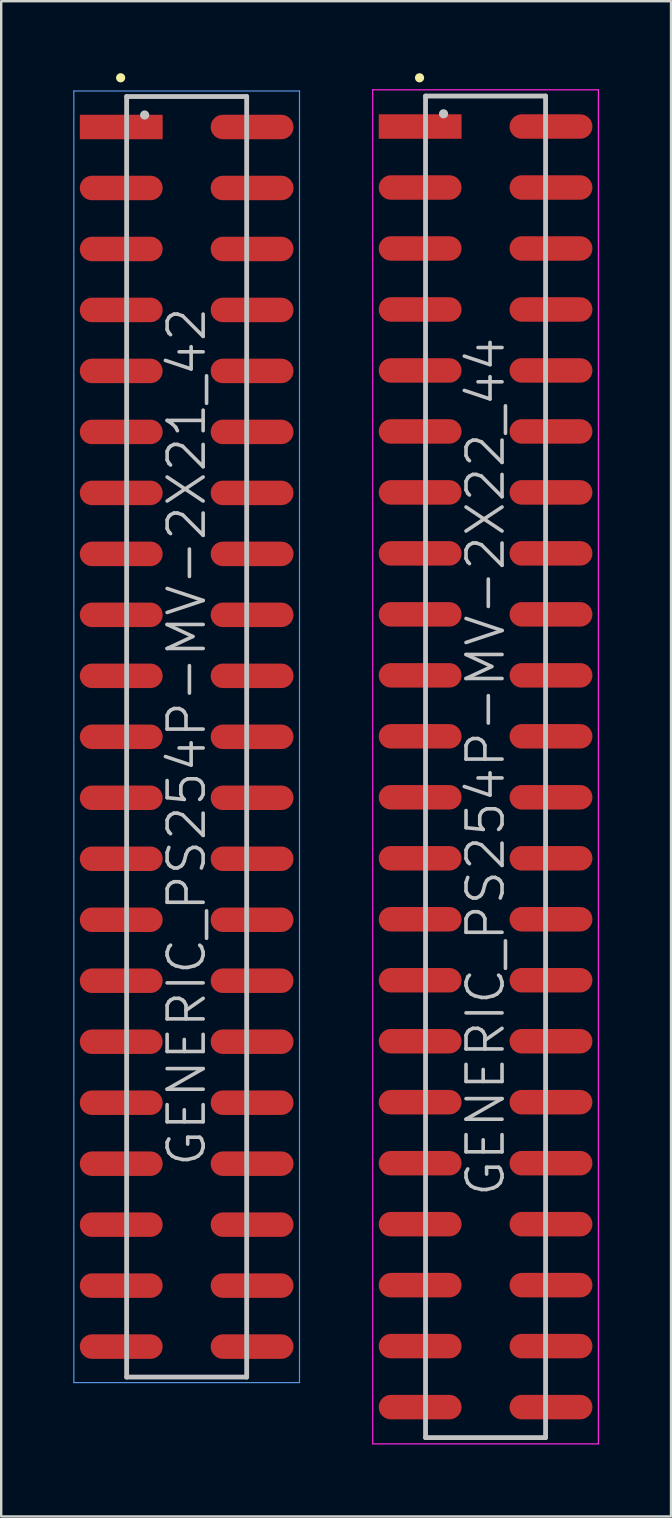
<source format=kicad_pcb>
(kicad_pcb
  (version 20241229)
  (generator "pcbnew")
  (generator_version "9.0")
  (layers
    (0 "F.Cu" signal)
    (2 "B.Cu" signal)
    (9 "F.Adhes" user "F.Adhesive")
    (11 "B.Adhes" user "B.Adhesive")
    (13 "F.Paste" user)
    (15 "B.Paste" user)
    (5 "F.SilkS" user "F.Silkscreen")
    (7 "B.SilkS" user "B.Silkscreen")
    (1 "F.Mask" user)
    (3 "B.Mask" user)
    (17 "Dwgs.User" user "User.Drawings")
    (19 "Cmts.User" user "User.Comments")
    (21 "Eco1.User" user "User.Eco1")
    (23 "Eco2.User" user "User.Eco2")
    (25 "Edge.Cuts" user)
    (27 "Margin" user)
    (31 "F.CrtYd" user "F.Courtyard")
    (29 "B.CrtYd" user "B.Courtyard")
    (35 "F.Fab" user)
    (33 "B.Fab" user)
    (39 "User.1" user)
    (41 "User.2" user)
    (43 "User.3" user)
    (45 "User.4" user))
  (footprint "GENERIC_PS254P-MV-2X21_42"
    (layer "F.Cu")
    (at 4.725 27.64)
    (property "Reference" "GENERIC_PS254P-MV-2X21_42" (at 0 0 90) (layer "Dwgs.User") (effects (font (size 1.5 1.5) (thickness 0.15))))
    (attr smd)
    (fp_line (start -2.75 -27.45) (end -2.75 -27.45) (stroke (width 0.381) (type solid)) (layer "F.SilkS"))
    (fp_line (start -2.5 -26.67) (end -2.5 26.67) (stroke (width 0.2) (type solid)) (layer "Dwgs.User"))
    (fp_line (start -2.5 -26.67) (end 2.5 -26.67) (stroke (width 0.2) (type solid)) (layer "Dwgs.User"))
    (fp_line (start -2.5 26.67) (end 2.5 26.67) (stroke (width 0.2) (type solid)) (layer "Dwgs.User"))
    (fp_line (start -1.75 -25.9) (end -1.75 -25.9) (stroke (width 0.381) (type solid)) (layer "Dwgs.User"))
    (fp_line (start 2.5 -26.67) (end 2.5 26.67) (stroke (width 0.2) (type solid)) (layer "Dwgs.User"))
    (fp_line (start -4.7 -26.9) (end -4.7 26.9) (stroke (width 0.05) (type solid)) (layer "Cmts.User"))
    (fp_line (start -4.7 -26.9) (end 4.7 -26.9) (stroke (width 0.05) (type solid)) (layer "Cmts.User"))
    (fp_line (start -4.7 26.9) (end 4.7 26.9) (stroke (width 0.05) (type solid)) (layer "Cmts.User"))
    (fp_line (start 4.7 -26.9) (end 4.7 26.9) (stroke (width 0.05) (type solid)) (layer "Cmts.User"))
    (pad "1" smd rect (at -2.725 -25.4 270) (size 1.02 3.45) (layers "F.Cu" "F.Mask" "F.Paste"))
    (pad "2" smd oval (at 2.725 -25.4 270) (size 1.02 3.45) (layers "F.Cu" "F.Mask" "F.Paste"))
    (pad "3" smd oval (at -2.725 -22.86 270) (size 1.02 3.45) (layers "F.Cu" "F.Mask" "F.Paste"))
    (pad "4" smd oval (at 2.725 -22.86 270) (size 1.02 3.45) (layers "F.Cu" "F.Mask" "F.Paste"))
    (pad "5" smd oval (at -2.725 -20.32 270) (size 1.02 3.45) (layers "F.Cu" "F.Mask" "F.Paste"))
    (pad "6" smd oval (at 2.725 -20.32 270) (size 1.02 3.45) (layers "F.Cu" "F.Mask" "F.Paste"))
    (pad "7" smd oval (at -2.725 -17.78 270) (size 1.02 3.45) (layers "F.Cu" "F.Mask" "F.Paste"))
    (pad "8" smd oval (at 2.725 -17.78 270) (size 1.02 3.45) (layers "F.Cu" "F.Mask" "F.Paste"))
    (pad "9" smd oval (at -2.725 -15.24 270) (size 1.02 3.45) (layers "F.Cu" "F.Mask" "F.Paste"))
    (pad "10" smd oval (at 2.725 -15.24 270) (size 1.02 3.45) (layers "F.Cu" "F.Mask" "F.Paste"))
    (pad "11" smd oval (at -2.725 -12.7 270) (size 1.02 3.45) (layers "F.Cu" "F.Mask" "F.Paste"))
    (pad "12" smd oval (at 2.725 -12.7 270) (size 1.02 3.45) (layers "F.Cu" "F.Mask" "F.Paste"))
    (pad "13" smd oval (at -2.725 -10.16 270) (size 1.02 3.45) (layers "F.Cu" "F.Mask" "F.Paste"))
    (pad "14" smd oval (at 2.725 -10.16 270) (size 1.02 3.45) (layers "F.Cu" "F.Mask" "F.Paste"))
    (pad "15" smd oval (at -2.725 -7.62 270) (size 1.02 3.45) (layers "F.Cu" "F.Mask" "F.Paste"))
    (pad "16" smd oval (at 2.725 -7.62 270) (size 1.02 3.45) (layers "F.Cu" "F.Mask" "F.Paste"))
    (pad "17" smd oval (at -2.725 -5.08 270) (size 1.02 3.45) (layers "F.Cu" "F.Mask" "F.Paste"))
    (pad "18" smd oval (at 2.725 -5.08 270) (size 1.02 3.45) (layers "F.Cu" "F.Mask" "F.Paste"))
    (pad "19" smd oval (at -2.725 -2.54 270) (size 1.02 3.45) (layers "F.Cu" "F.Mask" "F.Paste"))
    (pad "20" smd oval (at 2.725 -2.54 270) (size 1.02 3.45) (layers "F.Cu" "F.Mask" "F.Paste"))
    (pad "21" smd oval (at -2.725 0 270) (size 1.02 3.45) (layers "F.Cu" "F.Mask" "F.Paste"))
    (pad "22" smd oval (at 2.725 0 270) (size 1.02 3.45) (layers "F.Cu" "F.Mask" "F.Paste"))
    (pad "23" smd oval (at -2.725 2.54 270) (size 1.02 3.45) (layers "F.Cu" "F.Mask" "F.Paste"))
    (pad "24" smd oval (at 2.725 2.54 270) (size 1.02 3.45) (layers "F.Cu" "F.Mask" "F.Paste"))
    (pad "25" smd oval (at -2.725 5.08 270) (size 1.02 3.45) (layers "F.Cu" "F.Mask" "F.Paste"))
    (pad "26" smd oval (at 2.725 5.08 270) (size 1.02 3.45) (layers "F.Cu" "F.Mask" "F.Paste"))
    (pad "27" smd oval (at -2.725 7.62 270) (size 1.02 3.45) (layers "F.Cu" "F.Mask" "F.Paste"))
    (pad "28" smd oval (at 2.725 7.62 270) (size 1.02 3.45) (layers "F.Cu" "F.Mask" "F.Paste"))
    (pad "29" smd oval (at -2.725 10.16 270) (size 1.02 3.45) (layers "F.Cu" "F.Mask" "F.Paste"))
    (pad "30" smd oval (at 2.725 10.16 270) (size 1.02 3.45) (layers "F.Cu" "F.Mask" "F.Paste"))
    (pad "31" smd oval (at -2.725 12.7 270) (size 1.02 3.45) (layers "F.Cu" "F.Mask" "F.Paste"))
    (pad "32" smd oval (at 2.725 12.7 270) (size 1.02 3.45) (layers "F.Cu" "F.Mask" "F.Paste"))
    (pad "33" smd oval (at -2.725 15.24 270) (size 1.02 3.45) (layers "F.Cu" "F.Mask" "F.Paste"))
    (pad "34" smd oval (at 2.725 15.24 270) (size 1.02 3.45) (layers "F.Cu" "F.Mask" "F.Paste"))
    (pad "35" smd oval (at -2.725 17.78 270) (size 1.02 3.45) (layers "F.Cu" "F.Mask" "F.Paste"))
    (pad "36" smd oval (at 2.725 17.78 270) (size 1.02 3.45) (layers "F.Cu" "F.Mask" "F.Paste"))
    (pad "37" smd oval (at -2.725 20.32 270) (size 1.02 3.45) (layers "F.Cu" "F.Mask" "F.Paste"))
    (pad "38" smd oval (at 2.725 20.32 270) (size 1.02 3.45) (layers "F.Cu" "F.Mask" "F.Paste"))
    (pad "39" smd oval (at -2.725 22.86 270) (size 1.02 3.45) (layers "F.Cu" "F.Mask" "F.Paste"))
    (pad "40" smd oval (at 2.725 22.86 270) (size 1.02 3.45) (layers "F.Cu" "F.Mask" "F.Paste"))
    (pad "41" smd oval (at -2.725 25.4 270) (size 1.02 3.45) (layers "F.Cu" "F.Mask" "F.Paste"))
    (pad "42" smd oval (at 2.725 25.4 270) (size 1.02 3.45) (layers "F.Cu" "F.Mask" "F.Paste")))
  (footprint "GENERIC_PS254P-MV-2X22_44"
    (layer "F.Cu")
    (at 17.175 28.89)
    (property "Reference" "GENERIC_PS254P-MV-2X22_44" (at 0 0 90) (layer "Dwgs.User") (effects (font (size 1.5 1.5) (thickness 0.15))))
    (attr smd)
    (fp_line (start -2.75 -28.7) (end -2.75 -28.7) (stroke (width 0.381) (type solid)) (layer "F.SilkS"))
    (fp_line (start -2.5 -27.94) (end -2.5 27.94) (stroke (width 0.2) (type solid)) (layer "Dwgs.User"))
    (fp_line (start -2.5 -27.94) (end 2.5 -27.94) (stroke (width 0.2) (type solid)) (layer "Dwgs.User"))
    (fp_line (start -2.5 27.94) (end 2.5 27.94) (stroke (width 0.2) (type solid)) (layer "Dwgs.User"))
    (fp_line (start -1.75 -27.2) (end -1.75 -27.2) (stroke (width 0.381) (type solid)) (layer "Dwgs.User"))
    (fp_line (start 2.5 -27.94) (end 2.5 27.94) (stroke (width 0.2) (type solid)) (layer "Dwgs.User"))
    (fp_line (start -4.7 -28.2) (end -4.7 28.2) (stroke (width 0.05) (type solid)) (layer "F.CrtYd"))
    (fp_line (start -4.7 -28.2) (end 4.7 -28.2) (stroke (width 0.05) (type solid)) (layer "F.CrtYd"))
    (fp_line (start -4.7 28.2) (end 4.7 28.2) (stroke (width 0.05) (type solid)) (layer "F.CrtYd"))
    (fp_line (start 4.7 -28.2) (end 4.7 28.2) (stroke (width 0.05) (type solid)) (layer "F.CrtYd"))
    (pad "1" smd rect (at -2.725 -26.67 270) (size 1.02 3.45) (layers "F.Cu" "F.Mask" "F.Paste"))
    (pad "2" smd oval (at 2.725 -26.67 270) (size 1.02 3.45) (layers "F.Cu" "F.Mask" "F.Paste"))
    (pad "3" smd oval (at -2.725 -24.13 270) (size 1.02 3.45) (layers "F.Cu" "F.Mask" "F.Paste"))
    (pad "4" smd oval (at 2.725 -24.13 270) (size 1.02 3.45) (layers "F.Cu" "F.Mask" "F.Paste"))
    (pad "5" smd oval (at -2.725 -21.59 270) (size 1.02 3.45) (layers "F.Cu" "F.Mask" "F.Paste"))
    (pad "6" smd oval (at 2.725 -21.59 270) (size 1.02 3.45) (layers "F.Cu" "F.Mask" "F.Paste"))
    (pad "7" smd oval (at -2.725 -19.05 270) (size 1.02 3.45) (layers "F.Cu" "F.Mask" "F.Paste"))
    (pad "8" smd oval (at 2.725 -19.05 270) (size 1.02 3.45) (layers "F.Cu" "F.Mask" "F.Paste"))
    (pad "9" smd oval (at -2.725 -16.51 270) (size 1.02 3.45) (layers "F.Cu" "F.Mask" "F.Paste"))
    (pad "10" smd oval (at 2.725 -16.51 270) (size 1.02 3.45) (layers "F.Cu" "F.Mask" "F.Paste"))
    (pad "11" smd oval (at -2.725 -13.97 270) (size 1.02 3.45) (layers "F.Cu" "F.Mask" "F.Paste"))
    (pad "12" smd oval (at 2.725 -13.97 270) (size 1.02 3.45) (layers "F.Cu" "F.Mask" "F.Paste"))
    (pad "13" smd oval (at -2.725 -11.43 270) (size 1.02 3.45) (layers "F.Cu" "F.Mask" "F.Paste"))
    (pad "14" smd oval (at 2.725 -11.43 270) (size 1.02 3.45) (layers "F.Cu" "F.Mask" "F.Paste"))
    (pad "15" smd oval (at -2.725 -8.89 270) (size 1.02 3.45) (layers "F.Cu" "F.Mask" "F.Paste"))
    (pad "16" smd oval (at 2.725 -8.89 270) (size 1.02 3.45) (layers "F.Cu" "F.Mask" "F.Paste"))
    (pad "17" smd oval (at -2.725 -6.35 270) (size 1.02 3.45) (layers "F.Cu" "F.Mask" "F.Paste"))
    (pad "18" smd oval (at 2.725 -6.35 270) (size 1.02 3.45) (layers "F.Cu" "F.Mask" "F.Paste"))
    (pad "19" smd oval (at -2.725 -3.81 270) (size 1.02 3.45) (layers "F.Cu" "F.Mask" "F.Paste"))
    (pad "20" smd oval (at 2.725 -3.81 270) (size 1.02 3.45) (layers "F.Cu" "F.Mask" "F.Paste"))
    (pad "21" smd oval (at -2.725 -1.27 270) (size 1.02 3.45) (layers "F.Cu" "F.Mask" "F.Paste"))
    (pad "22" smd oval (at 2.725 -1.27 270) (size 1.02 3.45) (layers "F.Cu" "F.Mask" "F.Paste"))
    (pad "23" smd oval (at -2.725 1.27 270) (size 1.02 3.45) (layers "F.Cu" "F.Mask" "F.Paste"))
    (pad "24" smd oval (at 2.725 1.27 270) (size 1.02 3.45) (layers "F.Cu" "F.Mask" "F.Paste"))
    (pad "25" smd oval (at -2.725 3.81 270) (size 1.02 3.45) (layers "F.Cu" "F.Mask" "F.Paste"))
    (pad "26" smd oval (at 2.725 3.81 270) (size 1.02 3.45) (layers "F.Cu" "F.Mask" "F.Paste"))
    (pad "27" smd oval (at -2.725 6.35 270) (size 1.02 3.45) (layers "F.Cu" "F.Mask" "F.Paste"))
    (pad "28" smd oval (at 2.725 6.35 270) (size 1.02 3.45) (layers "F.Cu" "F.Mask" "F.Paste"))
    (pad "29" smd oval (at -2.725 8.89 270) (size 1.02 3.45) (layers "F.Cu" "F.Mask" "F.Paste"))
    (pad "30" smd oval (at 2.725 8.89 270) (size 1.02 3.45) (layers "F.Cu" "F.Mask" "F.Paste"))
    (pad "31" smd oval (at -2.725 11.43 270) (size 1.02 3.45) (layers "F.Cu" "F.Mask" "F.Paste"))
    (pad "32" smd oval (at 2.725 11.43 270) (size 1.02 3.45) (layers "F.Cu" "F.Mask" "F.Paste"))
    (pad "33" smd oval (at -2.725 13.97 270) (size 1.02 3.45) (layers "F.Cu" "F.Mask" "F.Paste"))
    (pad "34" smd oval (at 2.725 13.97 270) (size 1.02 3.45) (layers "F.Cu" "F.Mask" "F.Paste"))
    (pad "35" smd oval (at -2.725 16.51 270) (size 1.02 3.45) (layers "F.Cu" "F.Mask" "F.Paste"))
    (pad "36" smd oval (at 2.725 16.51 270) (size 1.02 3.45) (layers "F.Cu" "F.Mask" "F.Paste"))
    (pad "37" smd oval (at -2.725 19.05 270) (size 1.02 3.45) (layers "F.Cu" "F.Mask" "F.Paste"))
    (pad "38" smd oval (at 2.725 19.05 270) (size 1.02 3.45) (layers "F.Cu" "F.Mask" "F.Paste"))
    (pad "39" smd oval (at -2.725 21.59 270) (size 1.02 3.45) (layers "F.Cu" "F.Mask" "F.Paste"))
    (pad "40" smd oval (at 2.725 21.59 270) (size 1.02 3.45) (layers "F.Cu" "F.Mask" "F.Paste"))
    (pad "41" smd oval (at -2.725 24.13 270) (size 1.02 3.45) (layers "F.Cu" "F.Mask" "F.Paste"))
    (pad "42" smd oval (at 2.725 24.13 270) (size 1.02 3.45) (layers "F.Cu" "F.Mask" "F.Paste"))
    (pad "43" smd oval (at -2.725 26.67 270) (size 1.02 3.45) (layers "F.Cu" "F.Mask" "F.Paste"))
    (pad "44" smd oval (at 2.725 26.67 270) (size 1.02 3.45) (layers "F.Cu" "F.Mask" "F.Paste")))
  (gr_rect
    (start -3 -3)
    (end 24.9 60.115)
    (stroke (width 0.1) (type default))
    (fill no)
    (layer "Edge.Cuts")))
</source>
